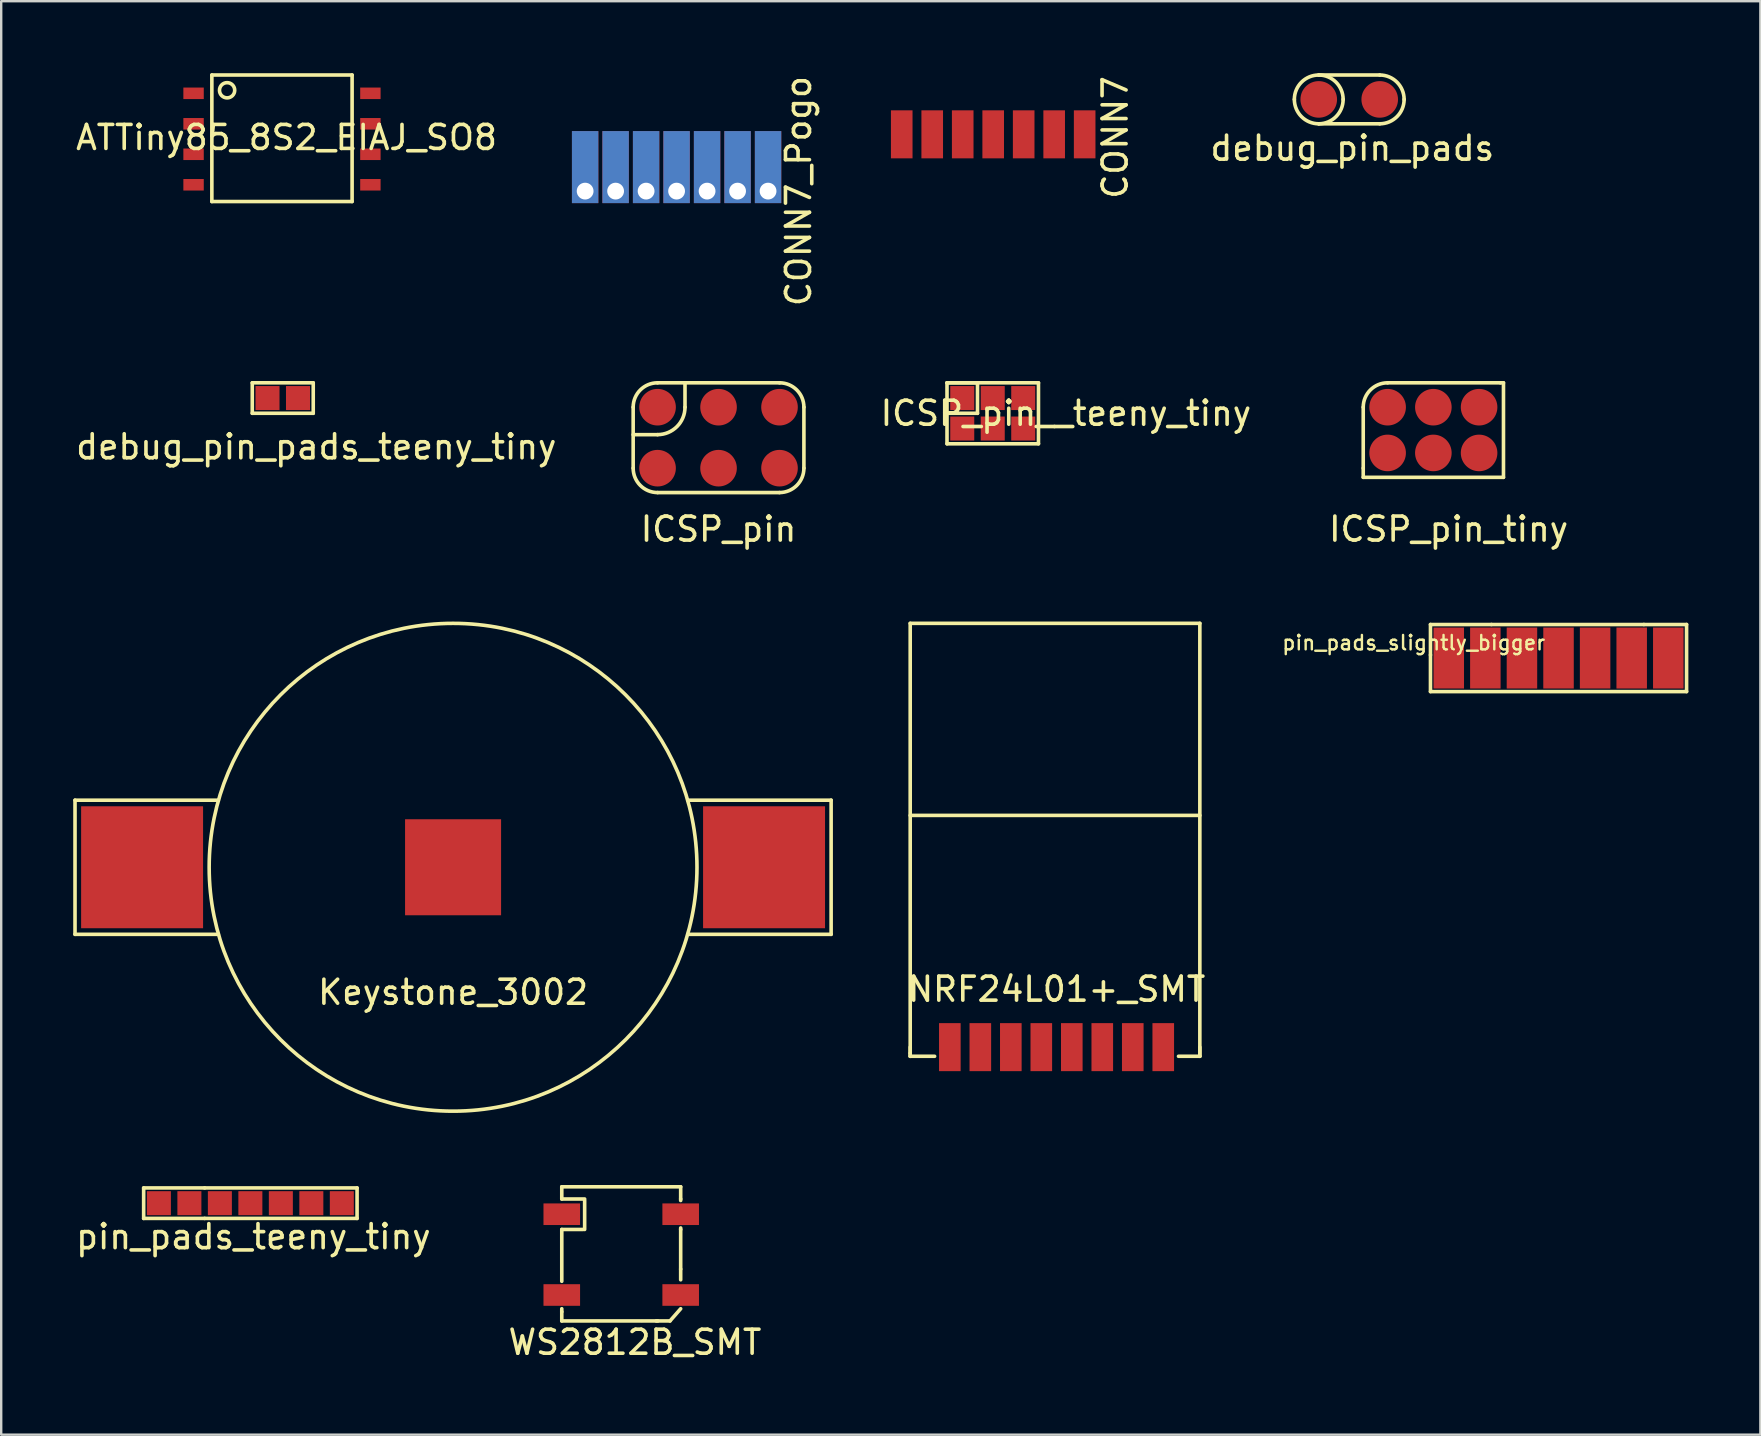
<source format=kicad_pcb>
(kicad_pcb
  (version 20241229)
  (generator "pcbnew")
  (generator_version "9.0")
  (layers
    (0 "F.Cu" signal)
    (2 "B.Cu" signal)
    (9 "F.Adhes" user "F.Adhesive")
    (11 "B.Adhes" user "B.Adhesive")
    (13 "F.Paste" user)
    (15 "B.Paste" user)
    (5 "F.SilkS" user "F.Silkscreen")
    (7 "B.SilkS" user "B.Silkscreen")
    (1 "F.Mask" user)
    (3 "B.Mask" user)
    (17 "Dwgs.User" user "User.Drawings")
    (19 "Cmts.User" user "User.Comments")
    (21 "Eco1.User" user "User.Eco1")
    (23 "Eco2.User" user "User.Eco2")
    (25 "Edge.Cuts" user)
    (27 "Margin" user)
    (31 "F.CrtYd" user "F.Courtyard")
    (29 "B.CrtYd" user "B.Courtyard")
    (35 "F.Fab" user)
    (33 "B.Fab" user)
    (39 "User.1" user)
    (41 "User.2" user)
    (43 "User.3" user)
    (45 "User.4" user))
  (footprint "debug_pin_pads"
    (layer "F.Cu")
    (at 51.883 1.091)
    (property "Reference" "debug_pin_pads" (at 1.397 2.032 0) (layer "F.SilkS") (effects (font (size 1 1) (thickness 0.15))))
    (attr through_hole)
    (fp_line (start 0 -1.016) (end 2.54 -1.016) (stroke (width 0.15) (type solid)) (layer "F.SilkS"))
    (fp_line (start 2.54 1.016) (end 0 1.016) (stroke (width 0.15) (type solid)) (layer "F.SilkS"))
    (fp_arc (start -1.016 0) (mid -0.71842 -0.71842) (end 0 -1.016) (stroke (width 0.15) (type solid)) (layer "F.SilkS"))
    (fp_arc (start 0 -1.016) (mid 0.71842 -0.71842) (end 1.016 0) (stroke (width 0.15) (type solid)) (layer "F.SilkS"))
    (fp_arc (start 0 1.016) (mid -0.71842 0.71842) (end -1.016 0) (stroke (width 0.15) (type solid)) (layer "F.SilkS"))
    (fp_arc (start 1.016 0) (mid 0.71842 0.71842) (end 0 1.016) (stroke (width 0.15) (type solid)) (layer "F.SilkS"))
    (fp_arc (start 2.54 -1.016) (mid 3.25842 -0.71842) (end 3.556 0) (stroke (width 0.15) (type solid)) (layer "F.SilkS"))
    (fp_arc (start 3.556 0) (mid 3.25842 0.71842) (end 2.54 1.016) (stroke (width 0.15) (type solid)) (layer "F.SilkS"))
    (pad "1" smd circle (at 0 0) (size 1.524 1.524) (layers "F.Cu" "F.Mask" "F.Paste"))
    (pad "2" smd circle (at 2.54 0) (size 1.524 1.524) (layers "F.Cu" "F.Mask" "F.Paste")))
  (footprint "ICSP_pin_tiny"
    (layer "F.Cu")
    (at 54.752 13.912)
    (property "Reference" "ICSP_pin_tiny" (at 2.54 5.08 0) (layer "F.SilkS") (effects (font (size 1 1) (thickness 0.15))))
    (attr through_hole)
    (fp_line (start -1.016 0) (end -1.016 2.54) (stroke (width 0.15) (type solid)) (layer "F.SilkS"))
    (fp_line (start -1.016 2.921) (end -1.016 2.54) (stroke (width 0.15) (type solid)) (layer "F.SilkS"))
    (fp_line (start 0 -1.016) (end 4.699 -1.016) (stroke (width 0.15) (type solid)) (layer "F.SilkS"))
    (fp_line (start 4.699 -1.016) (end 4.826 -1.016) (stroke (width 0.15) (type solid)) (layer "F.SilkS"))
    (fp_line (start 4.826 -1.016) (end 4.826 2.921) (stroke (width 0.15) (type solid)) (layer "F.SilkS"))
    (fp_line (start 4.826 2.921) (end -1.016 2.921) (stroke (width 0.15) (type solid)) (layer "F.SilkS"))
    (fp_arc (start -1.016 0) (mid -0.71842 -0.71842) (end 0 -1.016) (stroke (width 0.15) (type solid)) (layer "F.SilkS"))
    (pad "1" smd circle (at 0 0) (size 1.524 1.524) (layers "F.Cu" "F.Mask" "F.Paste"))
    (pad "2" smd circle (at 0 1.905) (size 1.524 1.524) (layers "F.Cu" "F.Mask" "F.Paste"))
    (pad "3" smd circle (at 1.905 0) (size 1.524 1.524) (layers "F.Cu" "F.Mask" "F.Paste"))
    (pad "4" smd circle (at 1.905 1.905) (size 1.524 1.524) (layers "F.Cu" "F.Mask" "F.Paste"))
    (pad "5" smd circle (at 3.81 0) (size 1.524 1.524) (layers "F.Cu" "F.Mask" "F.Paste"))
    (pad "6" smd circle (at 3.81 1.905) (size 1.524 1.524) (layers "F.Cu" "F.Mask" "F.Paste")))
  (footprint "debug_pin_pads_teeny_tiny"
    (layer "F.Cu")
    (at 8.728 13.531)
    (property "Reference" "debug_pin_pads_teeny_tiny" (at 1.397 2.032 0) (layer "F.SilkS") (effects (font (size 1 1) (thickness 0.15))))
    (attr through_hole)
    (fp_line (start -1.27 -0.635) (end 1.27 -0.635) (stroke (width 0.15) (type solid)) (layer "F.SilkS"))
    (fp_line (start -1.27 0.635) (end -1.27 -0.635) (stroke (width 0.15) (type solid)) (layer "F.SilkS"))
    (fp_line (start 1.27 -0.635) (end 1.27 0.635) (stroke (width 0.15) (type solid)) (layer "F.SilkS"))
    (fp_line (start 1.27 0.635) (end -1.27 0.635) (stroke (width 0.15) (type solid)) (layer "F.SilkS"))
    (pad "1" smd rect (at -0.635 0) (size 1 1) (layers "F.Cu" "F.Mask" "F.Paste"))
    (pad "2" smd rect (at 0.635 0) (size 1 1) (layers "F.Cu" "F.Mask" "F.Paste")))
  (footprint "CONN7_Pogo"
    (layer "F.Cu")
    (at 21.324 4.911)
    (property "Reference" "CONN7_Pogo" (at 8.89 0 90) (layer "F.SilkS") (effects (font (size 1 1) (thickness 0.15))))
    (attr through_hole)
    (pad "1" thru_hole rect (at 0 0) (size 1.1 3) (drill 0.7 (offset 0 -1)) (layers "*.Cu" "*.Mask"))
    (pad "2" thru_hole rect (at 1.27 0) (size 1.1 3) (drill 0.7 (offset 0 -1)) (layers "*.Cu" "*.Mask"))
    (pad "3" thru_hole rect (at 2.54 0) (size 1.1 3) (drill 0.7 (offset 0 -1)) (layers "*.Cu" "*.Mask"))
    (pad "4" thru_hole rect (at 3.81 0) (size 1.1 3) (drill 0.7 (offset 0 -1)) (layers "*.Cu" "*.Mask"))
    (pad "5" thru_hole rect (at 5.08 0) (size 1.1 3) (drill 0.7 (offset 0 -1)) (layers "*.Cu" "*.Mask"))
    (pad "6" thru_hole rect (at 6.35 0) (size 1.1 3) (drill 0.7 (offset 0 -1)) (layers "*.Cu" "*.Mask"))
    (pad "7" thru_hole rect (at 7.62 0) (size 1.1 3) (drill 0.7 (offset 0 -1)) (layers "*.Cu" "*.Mask")))
  (footprint "NRF24L01+_SMT"
    (layer "F.Cu")
    (at 36.516 40.569)
    (property "Reference" "NRF24L01+_SMT" (at 4.445 -2.413 0) (layer "F.SilkS") (effects (font (size 1 1) (thickness 0.15))))
    (attr through_hole)
    (fp_line (start -1.651 -17.653) (end 10.414 -17.653) (stroke (width 0.15) (type solid)) (layer "F.SilkS"))
    (fp_line (start -1.651 0) (end -1.651 0.254) (stroke (width 0.15) (type solid)) (layer "F.SilkS"))
    (fp_line (start -1.651 0.381) (end -1.651 -17.653) (stroke (width 0.15) (type solid)) (layer "F.SilkS"))
    (fp_line (start -1.651 0.381) (end -1.651 0.254) (stroke (width 0.15) (type solid)) (layer "F.SilkS"))
    (fp_line (start -0.635 0.381) (end -1.651 0.381) (stroke (width 0.15) (type solid)) (layer "F.SilkS"))
    (fp_line (start 10.414 -17.653) (end 10.414 0.381) (stroke (width 0.15) (type solid)) (layer "F.SilkS"))
    (fp_line (start 10.414 -9.652) (end -1.651 -9.652) (stroke (width 0.15) (type solid)) (layer "F.SilkS"))
    (fp_line (start 10.414 0) (end 10.414 0.381) (stroke (width 0.15) (type solid)) (layer "F.SilkS"))
    (fp_line (start 10.414 0.381) (end 9.525 0.381) (stroke (width 0.15) (type solid)) (layer "F.SilkS"))
    (pad "1" smd rect (at 0 0) (size 0.9 2) (layers "F.Cu" "F.Mask" "F.Paste"))
    (pad "2" smd rect (at 1.27 0) (size 0.9 2) (layers "F.Cu" "F.Mask" "F.Paste"))
    (pad "3" smd rect (at 2.54 0) (size 0.9 2) (layers "F.Cu" "F.Mask" "F.Paste"))
    (pad "4" smd rect (at 3.81 0) (size 0.9 2) (layers "F.Cu" "F.Mask" "F.Paste"))
    (pad "5" smd rect (at 5.08 0) (size 0.9 2) (layers "F.Cu" "F.Mask" "F.Paste"))
    (pad "6" smd rect (at 6.35 0) (size 0.9 2) (layers "F.Cu" "F.Mask" "F.Paste"))
    (pad "7" smd rect (at 7.62 0) (size 0.9 2) (layers "F.Cu" "F.Mask" "F.Paste"))
    (pad "8" smd rect (at 8.89 0) (size 0.9 2) (layers "F.Cu" "F.Mask" "F.Paste")))
  (footprint "ICSP_pin"
    (layer "F.Cu")
    (at 24.341 13.912)
    (property "Reference" "ICSP_pin" (at 2.54 5.08 0) (layer "F.SilkS") (effects (font (size 1 1) (thickness 0.15))))
    (attr through_hole)
    (fp_line (start -1.016 0) (end -1.016 2.54) (stroke (width 0.15) (type solid)) (layer "F.SilkS"))
    (fp_line (start 0 -1.016) (end 5.08 -1.016) (stroke (width 0.15) (type solid)) (layer "F.SilkS"))
    (fp_line (start 0 1.143) (end -1.016 1.143) (stroke (width 0.15) (type solid)) (layer "F.SilkS"))
    (fp_line (start 0 3.556) (end 5.08 3.556) (stroke (width 0.15) (type solid)) (layer "F.SilkS"))
    (fp_line (start 1.143 0) (end 1.143 -1.016) (stroke (width 0.15) (type solid)) (layer "F.SilkS"))
    (fp_line (start 6.096 0) (end 6.096 2.54) (stroke (width 0.15) (type solid)) (layer "F.SilkS"))
    (fp_arc (start -1.016 0) (mid -0.71842 -0.71842) (end 0 -1.016) (stroke (width 0.15) (type solid)) (layer "F.SilkS"))
    (fp_arc (start 0 3.556) (mid -0.71842 3.25842) (end -1.016 2.54) (stroke (width 0.15) (type solid)) (layer "F.SilkS"))
    (fp_arc (start 1.143 0) (mid 0.808223 0.808223) (end 0 1.143) (stroke (width 0.15) (type solid)) (layer "F.SilkS"))
    (fp_arc (start 5.08 -1.016) (mid 5.79842 -0.71842) (end 6.096 0) (stroke (width 0.15) (type solid)) (layer "F.SilkS"))
    (fp_arc (start 6.096 2.54) (mid 5.79842 3.25842) (end 5.08 3.556) (stroke (width 0.15) (type solid)) (layer "F.SilkS"))
    (pad "1" smd circle (at 0 0) (size 1.524 1.524) (layers "F.Cu" "F.Mask" "F.Paste"))
    (pad "2" smd circle (at 0 2.54) (size 1.524 1.524) (layers "F.Cu" "F.Mask" "F.Paste"))
    (pad "3" smd circle (at 2.54 0) (size 1.524 1.524) (layers "F.Cu" "F.Mask" "F.Paste"))
    (pad "4" smd circle (at 2.54 2.54) (size 1.524 1.524) (layers "F.Cu" "F.Mask" "F.Paste"))
    (pad "5" smd circle (at 5.08 0) (size 1.524 1.524) (layers "F.Cu" "F.Mask" "F.Paste"))
    (pad "6" smd circle (at 5.08 2.54) (size 1.524 1.524) (layers "F.Cu" "F.Mask" "F.Paste")))
  (footprint "pin_pads_slightly_bigger"
    (layer "F.Cu")
    (at 56.664 23.091)
    (property "Reference" "pin_pads_slightly_bigger" (at -0.826 0.635 0) (layer "F.SilkS") (effects (font (size 0.6 0.6) (thickness 0.1))))
    (attr through_hole)
    (fp_line (start -0.127 -0.127) (end 2.413 -0.127) (stroke (width 0.15) (type solid)) (layer "F.SilkS"))
    (fp_line (start -0.127 1.143) (end -0.127 -0.127) (stroke (width 0.15) (type solid)) (layer "F.SilkS"))
    (fp_line (start -0.127 2.667) (end -0.127 1.143) (stroke (width 0.15) (type solid)) (layer "F.SilkS"))
    (fp_line (start 2.413 -0.127) (end 8.763 -0.127) (stroke (width 0.15) (type solid)) (layer "F.SilkS"))
    (fp_line (start 8.763 -0.127) (end 10.541 -0.127) (stroke (width 0.15) (type solid)) (layer "F.SilkS"))
    (fp_line (start 10.541 -0.127) (end 10.541 2.667) (stroke (width 0.15) (type solid)) (layer "F.SilkS"))
    (fp_line (start 10.541 2.667) (end -0.127 2.667) (stroke (width 0.15) (type solid)) (layer "F.SilkS"))
    (pad "1" smd rect (at 0.635 1.27) (size 1.27 2.54) (layers "F.Cu" "F.Mask" "F.Paste"))
    (pad "2" smd rect (at 2.159 1.27) (size 1.27 2.54) (layers "F.Cu" "F.Mask" "F.Paste"))
    (pad "3" smd rect (at 3.683 1.27) (size 1.27 2.54) (layers "F.Cu" "F.Mask" "F.Paste"))
    (pad "4" smd rect (at 5.207 1.27) (size 1.27 2.54) (layers "F.Cu" "F.Mask" "F.Paste"))
    (pad "5" smd rect (at 6.731 1.27) (size 1.27 2.54) (layers "F.Cu" "F.Mask" "F.Paste"))
    (pad "6" smd rect (at 8.255 1.27) (size 1.27 2.54) (layers "F.Cu" "F.Mask" "F.Paste"))
    (pad "7" smd rect (at 9.779 1.27) (size 1.27 2.54) (layers "F.Cu" "F.Mask" "F.Paste")))
  (footprint "CONN7"
    (layer "F.Cu")
    (at 34.512 2.546)
    (property "Reference" "CONN7" (at 8.89 0.127 90) (layer "F.SilkS") (effects (font (size 1 1) (thickness 0.15))))
    (attr through_hole)
    (pad "1" smd rect (at 0 0) (size 0.9 2) (layers "F.Cu" "F.Mask" "F.Paste"))
    (pad "2" smd rect (at 1.27 0) (size 0.9 2) (layers "F.Cu" "F.Mask" "F.Paste"))
    (pad "3" smd rect (at 2.54 0) (size 0.9 2) (layers "F.Cu" "F.Mask" "F.Paste"))
    (pad "4" smd rect (at 3.81 0) (size 0.9 2) (layers "F.Cu" "F.Mask" "F.Paste"))
    (pad "5" smd rect (at 5.08 0) (size 0.9 2) (layers "F.Cu" "F.Mask" "F.Paste"))
    (pad "6" smd rect (at 6.35 0) (size 0.9 2) (layers "F.Cu" "F.Mask" "F.Paste"))
    (pad "7" smd rect (at 7.62 0) (size 0.9 2) (layers "F.Cu" "F.Mask" "F.Paste")))
  (footprint "ATTiny85_8S2_EIAJ_SO8"
    (layer "F.Cu")
    (at 5.013 0.837)
    (property "Reference" "ATTiny85_8S2_EIAJ_SO8" (at 3.873 1.841 0) (layer "F.SilkS") (effects (font (size 1 1) (thickness 0.15))))
    (attr through_hole)
    (fp_line (start 0.762 4.508) (end 0.762 -0.762) (stroke (width 0.15) (type solid)) (layer "F.SilkS"))
    (fp_line (start 0.762 4.508) (end 6.604 4.508) (stroke (width 0.15) (type solid)) (layer "F.SilkS"))
    (fp_line (start 6.604 -0.762) (end 0.762 -0.762) (stroke (width 0.15) (type solid)) (layer "F.SilkS"))
    (fp_line (start 6.604 -0.762) (end 6.604 4.508) (stroke (width 0.15) (type solid)) (layer "F.SilkS"))
    (fp_circle (center 1.397 -0.127) (end 1.587 0.127) (stroke (width 0.15) (type solid)) (fill no) (layer "F.SilkS"))
    (pad "1" smd rect (at 0 0) (size 0.85 0.48) (layers "F.Cu" "F.Mask" "F.Paste"))
    (pad "2" smd rect (at 0 1.27) (size 0.85 0.48) (layers "F.Cu" "F.Mask" "F.Paste"))
    (pad "3" smd rect (at 0 2.54) (size 0.85 0.48) (layers "F.Cu" "F.Mask" "F.Paste"))
    (pad "4" smd rect (at 0 3.81) (size 0.85 0.48) (layers "F.Cu" "F.Mask" "F.Paste"))
    (pad "5" smd rect (at 7.366 3.81) (size 0.85 0.48) (layers "F.Cu" "F.Mask" "F.Paste"))
    (pad "6" smd rect (at 7.366 2.54) (size 0.85 0.48) (layers "F.Cu" "F.Mask" "F.Paste"))
    (pad "7" smd rect (at 7.366 1.27) (size 0.85 0.48) (layers "F.Cu" "F.Mask" "F.Paste"))
    (pad "8" smd rect (at 7.366 0) (size 0.85 0.48) (layers "F.Cu" "F.Mask" "F.Paste")))
  (footprint "Keystone_3002"
    (layer "F.Cu")
    (at 15.823 33.076)
    (property "Reference" "Keystone_3002" (at 0 5.207 0) (layer "F.SilkS") (effects (font (size 1 1) (thickness 0.15))))
    (attr through_hole)
    (fp_line (start -15.748 -2.794) (end -15.748 2.794) (stroke (width 0.15) (type solid)) (layer "F.SilkS"))
    (fp_line (start -15.748 -2.794) (end -9.779 -2.794) (stroke (width 0.15) (type solid)) (layer "F.SilkS"))
    (fp_line (start -15.748 2.794) (end -9.779 2.794) (stroke (width 0.15) (type solid)) (layer "F.SilkS"))
    (fp_line (start 9.779 -2.794) (end 15.748 -2.794) (stroke (width 0.15) (type solid)) (layer "F.SilkS"))
    (fp_line (start 15.748 -2.794) (end 15.748 2.794) (stroke (width 0.15) (type solid)) (layer "F.SilkS"))
    (fp_line (start 15.748 2.794) (end 9.779 2.794) (stroke (width 0.15) (type solid)) (layer "F.SilkS"))
    (fp_circle (center 0 0) (end 10.16 0) (stroke (width 0.15) (type solid)) (fill no) (layer "F.SilkS"))
    (pad "1" smd rect (at -12.954 0) (size 5.08 5.08) (layers "F.Cu" "F.Mask" "F.Paste"))
    (pad "1" smd rect (at 12.954 0) (size 5.08 5.08) (layers "F.Cu" "F.Mask" "F.Paste"))
    (pad "2" smd rect (at 0 0) (size 4 4) (layers "F.Cu" "F.Mask" "F.Paste")))
  (footprint "WS2812B_SMT"
    (layer "F.Cu")
    (at 20.351 47.529)
    (property "Reference" "WS2812B_SMT" (at 3.048 5.334 0) (layer "F.SilkS") (effects (font (size 1 1) (thickness 0.15))))
    (attr through_hole)
    (fp_line (start 0 -0.635) (end 0 -1.143) (stroke (width 0.15) (type solid)) (layer "F.SilkS"))
    (fp_line (start 0 -0.635) (end 0.953 -0.635) (stroke (width 0.15) (type solid)) (layer "F.SilkS"))
    (fp_line (start 0 0.635) (end 0 2.794) (stroke (width 0.15) (type solid)) (layer "F.SilkS"))
    (fp_line (start 0 0.635) (end 0.889 0.635) (stroke (width 0.15) (type solid)) (layer "F.SilkS"))
    (fp_line (start 0 4.064) (end 0 3.937) (stroke (width 0.15) (type solid)) (layer "F.SilkS"))
    (fp_line (start 0 4.445) (end 0 4.064) (stroke (width 0.15) (type solid)) (layer "F.SilkS"))
    (fp_line (start 0.953 -0.572) (end 0.953 0.635) (stroke (width 0.15) (type solid)) (layer "F.SilkS"))
    (fp_line (start 3.302 4.445) (end 0 4.445) (stroke (width 0.15) (type solid)) (layer "F.SilkS"))
    (fp_line (start 4 4.445) (end 3.365 4.445) (stroke (width 0.15) (type solid)) (layer "F.SilkS"))
    (fp_line (start 4.508 4.445) (end 3.937 4.445) (stroke (width 0.15) (type solid)) (layer "F.SilkS"))
    (fp_line (start 4.953 -1.143) (end 0 -1.143) (stroke (width 0.15) (type solid)) (layer "F.SilkS"))
    (fp_line (start 4.953 -1.143) (end 4.953 -0.635) (stroke (width 0.15) (type solid)) (layer "F.SilkS"))
    (fp_line (start 4.953 -0.635) (end 4.953 -0.572) (stroke (width 0.15) (type solid)) (layer "F.SilkS"))
    (fp_line (start 4.953 0.635) (end 4.953 0.572) (stroke (width 0.15) (type solid)) (layer "F.SilkS"))
    (fp_line (start 4.953 2.286) (end 4.953 0.635) (stroke (width 0.15) (type solid)) (layer "F.SilkS"))
    (fp_line (start 4.953 2.286) (end 4.953 2.731) (stroke (width 0.15) (type solid)) (layer "F.SilkS"))
    (fp_line (start 4.953 3.937) (end 4.508 4.445) (stroke (width 0.15) (type solid)) (layer "F.SilkS"))
    (pad "1" smd rect (at 0 0) (size 1.524 0.9) (layers "F.Cu" "F.Mask" "F.Paste"))
    (pad "2" smd rect (at 0 3.365) (size 1.524 0.9) (layers "F.Cu" "F.Mask" "F.Paste"))
    (pad "3" smd rect (at 4.953 3.365) (size 1.524 0.9) (layers "F.Cu" "F.Mask" "F.Paste"))
    (pad "4" smd rect (at 4.953 0) (size 1.524 0.9) (layers "F.Cu" "F.Mask" "F.Paste")))
  (footprint "ICSP_pin__teeny_tiny"
    (layer "F.Cu")
    (at 38.303 14.166)
    (property "Reference" "ICSP_pin__teeny_tiny" (at 3.048 0 0) (layer "F.SilkS") (effects (font (size 1 1) (thickness 0.15))))
    (attr through_hole)
    (fp_line (start -1.905 -1.27) (end -0.635 -1.27) (stroke (width 0.15) (type solid)) (layer "F.SilkS"))
    (fp_line (start -1.905 -1.27) (end 1.905 -1.27) (stroke (width 0.15) (type solid)) (layer "F.SilkS"))
    (fp_line (start -1.905 1.27) (end -1.905 -1.27) (stroke (width 0.15) (type solid)) (layer "F.SilkS"))
    (fp_line (start -0.635 -1.27) (end -0.635 0) (stroke (width 0.15) (type solid)) (layer "F.SilkS"))
    (fp_line (start -0.635 0) (end -1.905 0) (stroke (width 0.15) (type solid)) (layer "F.SilkS"))
    (fp_line (start 1.905 -1.27) (end 1.905 1.27) (stroke (width 0.15) (type solid)) (layer "F.SilkS"))
    (fp_line (start 1.905 1.27) (end -1.905 1.27) (stroke (width 0.15) (type solid)) (layer "F.SilkS"))
    (pad "1" smd rect (at -1.27 -0.635) (size 1 1) (layers "F.Cu" "F.Mask" "F.Paste"))
    (pad "2" smd rect (at -1.27 0.635) (size 1 1) (layers "F.Cu" "F.Mask" "F.Paste"))
    (pad "3" smd rect (at 0 -0.635) (size 1 1) (layers "F.Cu" "F.Mask" "F.Paste"))
    (pad "4" smd rect (at 0 0.635) (size 1 1) (layers "F.Cu" "F.Mask" "F.Paste"))
    (pad "5" smd rect (at 1.27 -0.635) (size 1 1) (layers "F.Cu" "F.Mask" "F.Paste"))
    (pad "6" smd rect (at 1.27 0.635) (size 1 1) (layers "F.Cu" "F.Mask" "F.Paste")))
  (footprint "pin_pads_teeny_tiny"
    (layer "F.Cu")
    (at 3.061 46.561)
    (property "Reference" "pin_pads_teeny_tiny" (at 4.445 1.905 0) (layer "F.SilkS") (effects (font (size 1 1) (thickness 0.15))))
    (attr through_hole)
    (fp_line (start -0.127 -0.127) (end 2.413 -0.127) (stroke (width 0.15) (type solid)) (layer "F.SilkS"))
    (fp_line (start -0.127 1.143) (end -0.127 -0.127) (stroke (width 0.15) (type solid)) (layer "F.SilkS"))
    (fp_line (start 2.413 -0.127) (end 8.763 -0.127) (stroke (width 0.15) (type solid)) (layer "F.SilkS"))
    (fp_line (start 2.413 1.143) (end -0.127 1.143) (stroke (width 0.15) (type solid)) (layer "F.SilkS"))
    (fp_line (start 8.763 -0.127) (end 8.763 1.143) (stroke (width 0.15) (type solid)) (layer "F.SilkS"))
    (fp_line (start 8.763 1.143) (end 2.413 1.143) (stroke (width 0.15) (type solid)) (layer "F.SilkS"))
    (pad "1" smd rect (at 0.508 0.508) (size 1 1) (layers "F.Cu" "F.Mask" "F.Paste"))
    (pad "2" smd rect (at 1.778 0.508) (size 1 1) (layers "F.Cu" "F.Mask" "F.Paste"))
    (pad "3" smd rect (at 3.048 0.508) (size 1 1) (layers "F.Cu" "F.Mask" "F.Paste"))
    (pad "4" smd rect (at 4.318 0.508) (size 1 1) (layers "F.Cu" "F.Mask" "F.Paste"))
    (pad "5" smd rect (at 5.588 0.508) (size 1 1) (layers "F.Cu" "F.Mask" "F.Paste"))
    (pad "6" smd rect (at 6.858 0.508) (size 1 1) (layers "F.Cu" "F.Mask" "F.Paste"))
    (pad "7" smd rect (at 8.128 0.508) (size 1 1) (layers "F.Cu" "F.Mask" "F.Paste")))
  (gr_rect
    (start -3 -3)
    (end 70.28 56.711)
    (stroke (width 0.1) (type default))
    (fill no)
    (layer "Edge.Cuts")))
</source>
